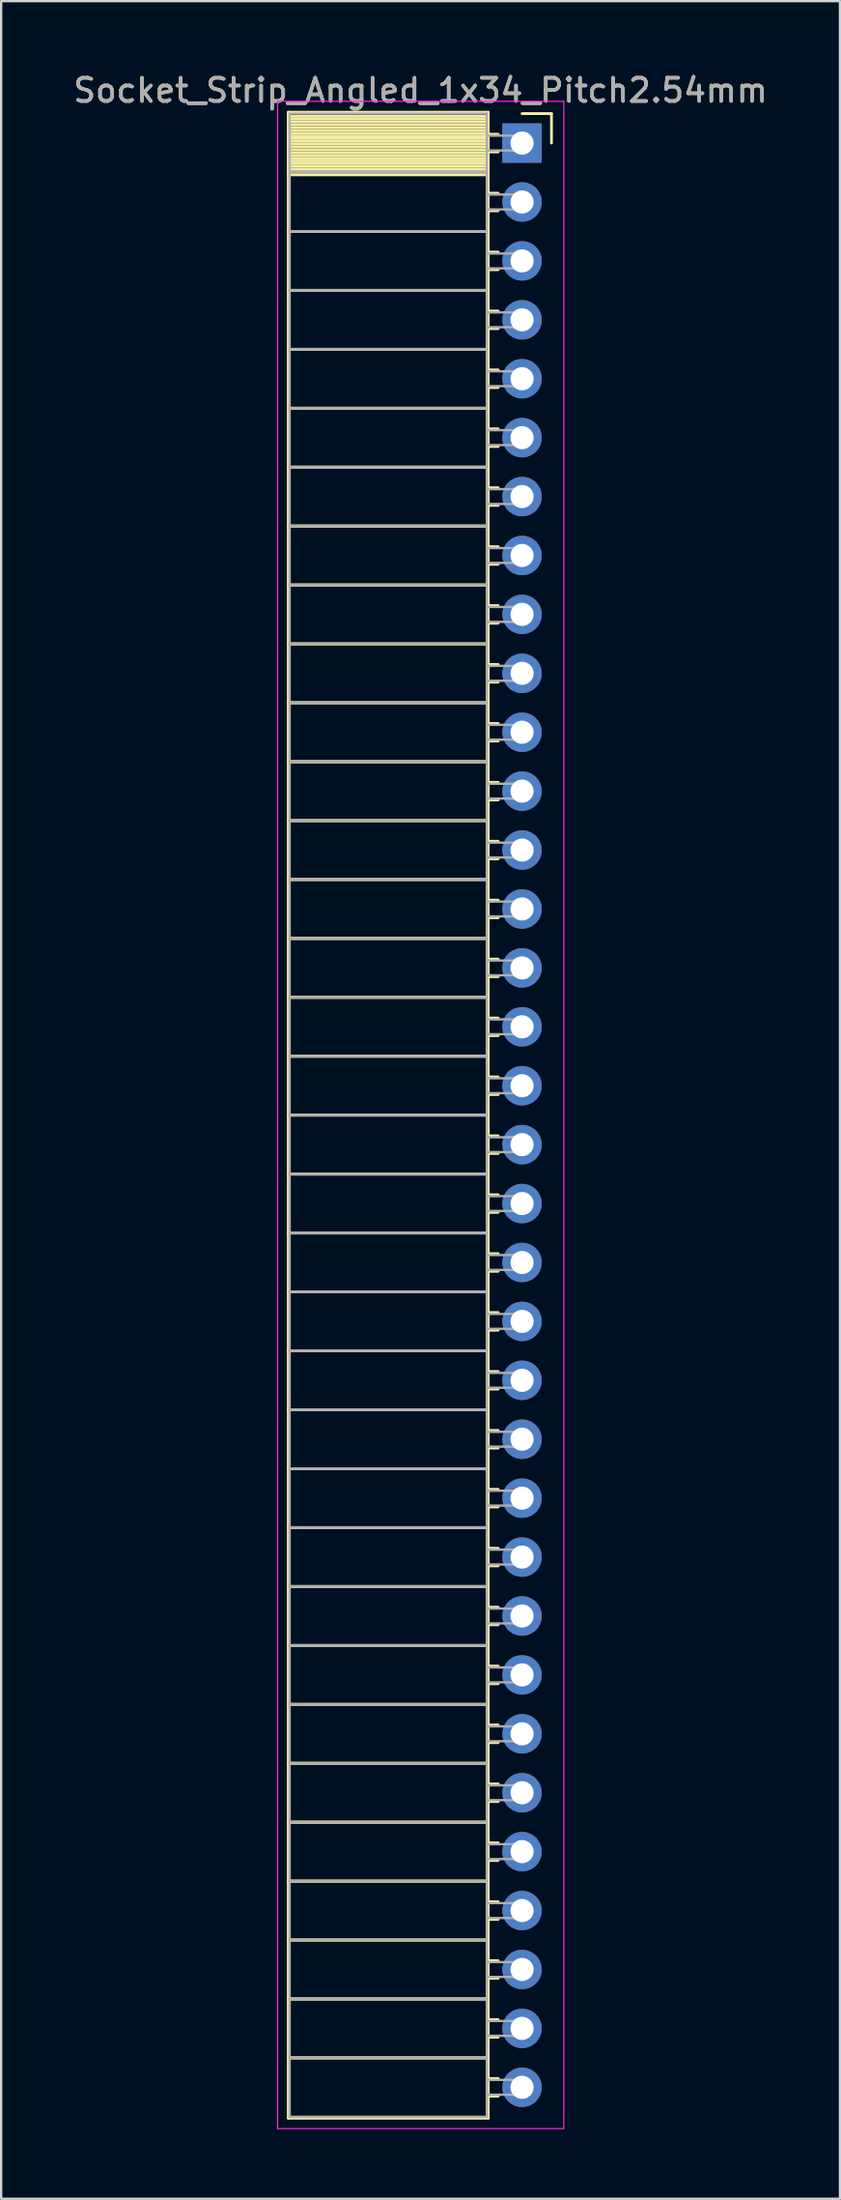
<source format=kicad_pcb>
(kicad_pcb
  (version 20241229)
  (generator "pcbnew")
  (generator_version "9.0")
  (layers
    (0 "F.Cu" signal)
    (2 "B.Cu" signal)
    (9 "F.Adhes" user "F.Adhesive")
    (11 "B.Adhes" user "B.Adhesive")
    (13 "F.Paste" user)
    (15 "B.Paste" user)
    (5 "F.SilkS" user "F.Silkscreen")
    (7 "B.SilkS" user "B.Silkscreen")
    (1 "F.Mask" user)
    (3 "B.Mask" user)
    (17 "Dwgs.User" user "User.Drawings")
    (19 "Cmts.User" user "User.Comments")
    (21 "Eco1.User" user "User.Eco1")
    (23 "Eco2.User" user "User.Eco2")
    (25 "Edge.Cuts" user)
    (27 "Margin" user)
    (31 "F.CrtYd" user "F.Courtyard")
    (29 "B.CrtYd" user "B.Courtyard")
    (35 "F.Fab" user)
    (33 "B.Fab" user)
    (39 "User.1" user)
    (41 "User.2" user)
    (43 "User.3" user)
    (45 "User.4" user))
  (footprint "Socket_Strip_Angled_1x34_Pitch2.54mm"
    (layer "F.Cu")
    (at 19.481 3.118)
    (property "Reference" "Socket_Strip_Angled_1x34_Pitch2.54mm" (at -4.38 -2.27 0) (layer "F.SilkS") (effects (font (size 1 1) (thickness 0.15))))
    (attr through_hole)
    (fp_line (start -10.09 -1.33) (end -1.46 -1.33) (stroke (width 0.12) (type solid)) (layer "F.SilkS"))
    (fp_line (start -10.09 1.27) (end -10.09 -1.33) (stroke (width 0.12) (type solid)) (layer "F.SilkS"))
    (fp_line (start -10.09 1.27) (end -1.46 1.27) (stroke (width 0.12) (type solid)) (layer "F.SilkS"))
    (fp_line (start -10.09 3.81) (end -10.09 1.27) (stroke (width 0.12) (type solid)) (layer "F.SilkS"))
    (fp_line (start -10.09 3.81) (end -1.46 3.81) (stroke (width 0.12) (type solid)) (layer "F.SilkS"))
    (fp_line (start -10.09 6.35) (end -10.09 3.81) (stroke (width 0.12) (type solid)) (layer "F.SilkS"))
    (fp_line (start -10.09 6.35) (end -1.46 6.35) (stroke (width 0.12) (type solid)) (layer "F.SilkS"))
    (fp_line (start -10.09 8.89) (end -10.09 6.35) (stroke (width 0.12) (type solid)) (layer "F.SilkS"))
    (fp_line (start -10.09 8.89) (end -1.46 8.89) (stroke (width 0.12) (type solid)) (layer "F.SilkS"))
    (fp_line (start -10.09 11.43) (end -10.09 8.89) (stroke (width 0.12) (type solid)) (layer "F.SilkS"))
    (fp_line (start -10.09 11.43) (end -1.46 11.43) (stroke (width 0.12) (type solid)) (layer "F.SilkS"))
    (fp_line (start -10.09 13.97) (end -10.09 11.43) (stroke (width 0.12) (type solid)) (layer "F.SilkS"))
    (fp_line (start -10.09 13.97) (end -1.46 13.97) (stroke (width 0.12) (type solid)) (layer "F.SilkS"))
    (fp_line (start -10.09 16.51) (end -10.09 13.97) (stroke (width 0.12) (type solid)) (layer "F.SilkS"))
    (fp_line (start -10.09 16.51) (end -1.46 16.51) (stroke (width 0.12) (type solid)) (layer "F.SilkS"))
    (fp_line (start -10.09 19.05) (end -10.09 16.51) (stroke (width 0.12) (type solid)) (layer "F.SilkS"))
    (fp_line (start -10.09 19.05) (end -1.46 19.05) (stroke (width 0.12) (type solid)) (layer "F.SilkS"))
    (fp_line (start -10.09 21.59) (end -10.09 19.05) (stroke (width 0.12) (type solid)) (layer "F.SilkS"))
    (fp_line (start -10.09 21.59) (end -1.46 21.59) (stroke (width 0.12) (type solid)) (layer "F.SilkS"))
    (fp_line (start -10.09 24.13) (end -10.09 21.59) (stroke (width 0.12) (type solid)) (layer "F.SilkS"))
    (fp_line (start -10.09 24.13) (end -1.46 24.13) (stroke (width 0.12) (type solid)) (layer "F.SilkS"))
    (fp_line (start -10.09 26.67) (end -10.09 24.13) (stroke (width 0.12) (type solid)) (layer "F.SilkS"))
    (fp_line (start -10.09 26.67) (end -1.46 26.67) (stroke (width 0.12) (type solid)) (layer "F.SilkS"))
    (fp_line (start -10.09 29.21) (end -10.09 26.67) (stroke (width 0.12) (type solid)) (layer "F.SilkS"))
    (fp_line (start -10.09 29.21) (end -1.46 29.21) (stroke (width 0.12) (type solid)) (layer "F.SilkS"))
    (fp_line (start -10.09 31.75) (end -10.09 29.21) (stroke (width 0.12) (type solid)) (layer "F.SilkS"))
    (fp_line (start -10.09 31.75) (end -1.46 31.75) (stroke (width 0.12) (type solid)) (layer "F.SilkS"))
    (fp_line (start -10.09 34.29) (end -10.09 31.75) (stroke (width 0.12) (type solid)) (layer "F.SilkS"))
    (fp_line (start -10.09 34.29) (end -1.46 34.29) (stroke (width 0.12) (type solid)) (layer "F.SilkS"))
    (fp_line (start -10.09 36.83) (end -10.09 34.29) (stroke (width 0.12) (type solid)) (layer "F.SilkS"))
    (fp_line (start -10.09 36.83) (end -1.46 36.83) (stroke (width 0.12) (type solid)) (layer "F.SilkS"))
    (fp_line (start -10.09 39.37) (end -10.09 36.83) (stroke (width 0.12) (type solid)) (layer "F.SilkS"))
    (fp_line (start -10.09 39.37) (end -1.46 39.37) (stroke (width 0.12) (type solid)) (layer "F.SilkS"))
    (fp_line (start -10.09 41.91) (end -10.09 39.37) (stroke (width 0.12) (type solid)) (layer "F.SilkS"))
    (fp_line (start -10.09 41.91) (end -1.46 41.91) (stroke (width 0.12) (type solid)) (layer "F.SilkS"))
    (fp_line (start -10.09 44.45) (end -10.09 41.91) (stroke (width 0.12) (type solid)) (layer "F.SilkS"))
    (fp_line (start -10.09 44.45) (end -1.46 44.45) (stroke (width 0.12) (type solid)) (layer "F.SilkS"))
    (fp_line (start -10.09 46.99) (end -10.09 44.45) (stroke (width 0.12) (type solid)) (layer "F.SilkS"))
    (fp_line (start -10.09 46.99) (end -1.46 46.99) (stroke (width 0.12) (type solid)) (layer "F.SilkS"))
    (fp_line (start -10.09 49.53) (end -10.09 46.99) (stroke (width 0.12) (type solid)) (layer "F.SilkS"))
    (fp_line (start -10.09 49.53) (end -1.46 49.53) (stroke (width 0.12) (type solid)) (layer "F.SilkS"))
    (fp_line (start -10.09 52.07) (end -10.09 49.53) (stroke (width 0.12) (type solid)) (layer "F.SilkS"))
    (fp_line (start -10.09 52.07) (end -1.46 52.07) (stroke (width 0.12) (type solid)) (layer "F.SilkS"))
    (fp_line (start -10.09 54.61) (end -10.09 52.07) (stroke (width 0.12) (type solid)) (layer "F.SilkS"))
    (fp_line (start -10.09 54.61) (end -1.46 54.61) (stroke (width 0.12) (type solid)) (layer "F.SilkS"))
    (fp_line (start -10.09 57.15) (end -10.09 54.61) (stroke (width 0.12) (type solid)) (layer "F.SilkS"))
    (fp_line (start -10.09 57.15) (end -1.46 57.15) (stroke (width 0.12) (type solid)) (layer "F.SilkS"))
    (fp_line (start -10.09 59.69) (end -10.09 57.15) (stroke (width 0.12) (type solid)) (layer "F.SilkS"))
    (fp_line (start -10.09 59.69) (end -1.46 59.69) (stroke (width 0.12) (type solid)) (layer "F.SilkS"))
    (fp_line (start -10.09 62.23) (end -10.09 59.69) (stroke (width 0.12) (type solid)) (layer "F.SilkS"))
    (fp_line (start -10.09 62.23) (end -1.46 62.23) (stroke (width 0.12) (type solid)) (layer "F.SilkS"))
    (fp_line (start -10.09 64.77) (end -10.09 62.23) (stroke (width 0.12) (type solid)) (layer "F.SilkS"))
    (fp_line (start -10.09 64.77) (end -1.46 64.77) (stroke (width 0.12) (type solid)) (layer "F.SilkS"))
    (fp_line (start -10.09 67.31) (end -10.09 64.77) (stroke (width 0.12) (type solid)) (layer "F.SilkS"))
    (fp_line (start -10.09 67.31) (end -1.46 67.31) (stroke (width 0.12) (type solid)) (layer "F.SilkS"))
    (fp_line (start -10.09 69.85) (end -10.09 67.31) (stroke (width 0.12) (type solid)) (layer "F.SilkS"))
    (fp_line (start -10.09 69.85) (end -1.46 69.85) (stroke (width 0.12) (type solid)) (layer "F.SilkS"))
    (fp_line (start -10.09 72.39) (end -10.09 69.85) (stroke (width 0.12) (type solid)) (layer "F.SilkS"))
    (fp_line (start -10.09 72.39) (end -1.46 72.39) (stroke (width 0.12) (type solid)) (layer "F.SilkS"))
    (fp_line (start -10.09 74.93) (end -10.09 72.39) (stroke (width 0.12) (type solid)) (layer "F.SilkS"))
    (fp_line (start -10.09 74.93) (end -1.46 74.93) (stroke (width 0.12) (type solid)) (layer "F.SilkS"))
    (fp_line (start -10.09 77.47) (end -10.09 74.93) (stroke (width 0.12) (type solid)) (layer "F.SilkS"))
    (fp_line (start -10.09 77.47) (end -1.46 77.47) (stroke (width 0.12) (type solid)) (layer "F.SilkS"))
    (fp_line (start -10.09 80.01) (end -10.09 77.47) (stroke (width 0.12) (type solid)) (layer "F.SilkS"))
    (fp_line (start -10.09 80.01) (end -1.46 80.01) (stroke (width 0.12) (type solid)) (layer "F.SilkS"))
    (fp_line (start -10.09 82.55) (end -10.09 80.01) (stroke (width 0.12) (type solid)) (layer "F.SilkS"))
    (fp_line (start -10.09 82.55) (end -1.46 82.55) (stroke (width 0.12) (type solid)) (layer "F.SilkS"))
    (fp_line (start -10.09 85.15) (end -10.09 82.55) (stroke (width 0.12) (type solid)) (layer "F.SilkS"))
    (fp_line (start -1.46 -1.33) (end -1.46 1.27) (stroke (width 0.12) (type solid)) (layer "F.SilkS"))
    (fp_line (start -1.46 -1.15) (end -10.09 -1.15) (stroke (width 0.12) (type solid)) (layer "F.SilkS"))
    (fp_line (start -1.46 -1.03) (end -10.09 -1.03) (stroke (width 0.12) (type solid)) (layer "F.SilkS"))
    (fp_line (start -1.46 -0.91) (end -10.09 -0.91) (stroke (width 0.12) (type solid)) (layer "F.SilkS"))
    (fp_line (start -1.46 -0.79) (end -10.09 -0.79) (stroke (width 0.12) (type solid)) (layer "F.SilkS"))
    (fp_line (start -1.46 -0.67) (end -10.09 -0.67) (stroke (width 0.12) (type solid)) (layer "F.SilkS"))
    (fp_line (start -1.46 -0.55) (end -10.09 -0.55) (stroke (width 0.12) (type solid)) (layer "F.SilkS"))
    (fp_line (start -1.46 -0.43) (end -10.09 -0.43) (stroke (width 0.12) (type solid)) (layer "F.SilkS"))
    (fp_line (start -1.46 -0.31) (end -10.09 -0.31) (stroke (width 0.12) (type solid)) (layer "F.SilkS"))
    (fp_line (start -1.46 -0.19) (end -10.09 -0.19) (stroke (width 0.12) (type solid)) (layer "F.SilkS"))
    (fp_line (start -1.46 -0.07) (end -10.09 -0.07) (stroke (width 0.12) (type solid)) (layer "F.SilkS"))
    (fp_line (start -1.46 0.05) (end -10.09 0.05) (stroke (width 0.12) (type solid)) (layer "F.SilkS"))
    (fp_line (start -1.46 0.17) (end -10.09 0.17) (stroke (width 0.12) (type solid)) (layer "F.SilkS"))
    (fp_line (start -1.46 0.29) (end -10.09 0.29) (stroke (width 0.12) (type solid)) (layer "F.SilkS"))
    (fp_line (start -1.46 0.41) (end -10.09 0.41) (stroke (width 0.12) (type solid)) (layer "F.SilkS"))
    (fp_line (start -1.46 0.53) (end -10.09 0.53) (stroke (width 0.12) (type solid)) (layer "F.SilkS"))
    (fp_line (start -1.46 0.65) (end -10.09 0.65) (stroke (width 0.12) (type solid)) (layer "F.SilkS"))
    (fp_line (start -1.46 0.77) (end -10.09 0.77) (stroke (width 0.12) (type solid)) (layer "F.SilkS"))
    (fp_line (start -1.46 0.89) (end -10.09 0.89) (stroke (width 0.12) (type solid)) (layer "F.SilkS"))
    (fp_line (start -1.46 1.01) (end -10.09 1.01) (stroke (width 0.12) (type solid)) (layer "F.SilkS"))
    (fp_line (start -1.46 1.13) (end -10.09 1.13) (stroke (width 0.12) (type solid)) (layer "F.SilkS"))
    (fp_line (start -1.46 1.25) (end -10.09 1.25) (stroke (width 0.12) (type solid)) (layer "F.SilkS"))
    (fp_line (start -1.46 1.27) (end -10.09 1.27) (stroke (width 0.12) (type solid)) (layer "F.SilkS"))
    (fp_line (start -1.46 1.27) (end -1.46 3.81) (stroke (width 0.12) (type solid)) (layer "F.SilkS"))
    (fp_line (start -1.46 1.37) (end -10.09 1.37) (stroke (width 0.12) (type solid)) (layer "F.SilkS"))
    (fp_line (start -1.46 3.81) (end -10.09 3.81) (stroke (width 0.12) (type solid)) (layer "F.SilkS"))
    (fp_line (start -1.46 3.81) (end -1.46 6.35) (stroke (width 0.12) (type solid)) (layer "F.SilkS"))
    (fp_line (start -1.46 6.35) (end -10.09 6.35) (stroke (width 0.12) (type solid)) (layer "F.SilkS"))
    (fp_line (start -1.46 6.35) (end -1.46 8.89) (stroke (width 0.12) (type solid)) (layer "F.SilkS"))
    (fp_line (start -1.46 8.89) (end -10.09 8.89) (stroke (width 0.12) (type solid)) (layer "F.SilkS"))
    (fp_line (start -1.46 8.89) (end -1.46 11.43) (stroke (width 0.12) (type solid)) (layer "F.SilkS"))
    (fp_line (start -1.46 11.43) (end -10.09 11.43) (stroke (width 0.12) (type solid)) (layer "F.SilkS"))
    (fp_line (start -1.46 11.43) (end -1.46 13.97) (stroke (width 0.12) (type solid)) (layer "F.SilkS"))
    (fp_line (start -1.46 13.97) (end -10.09 13.97) (stroke (width 0.12) (type solid)) (layer "F.SilkS"))
    (fp_line (start -1.46 13.97) (end -1.46 16.51) (stroke (width 0.12) (type solid)) (layer "F.SilkS"))
    (fp_line (start -1.46 16.51) (end -10.09 16.51) (stroke (width 0.12) (type solid)) (layer "F.SilkS"))
    (fp_line (start -1.46 16.51) (end -1.46 19.05) (stroke (width 0.12) (type solid)) (layer "F.SilkS"))
    (fp_line (start -1.46 19.05) (end -10.09 19.05) (stroke (width 0.12) (type solid)) (layer "F.SilkS"))
    (fp_line (start -1.46 19.05) (end -1.46 21.59) (stroke (width 0.12) (type solid)) (layer "F.SilkS"))
    (fp_line (start -1.46 21.59) (end -10.09 21.59) (stroke (width 0.12) (type solid)) (layer "F.SilkS"))
    (fp_line (start -1.46 21.59) (end -1.46 24.13) (stroke (width 0.12) (type solid)) (layer "F.SilkS"))
    (fp_line (start -1.46 24.13) (end -10.09 24.13) (stroke (width 0.12) (type solid)) (layer "F.SilkS"))
    (fp_line (start -1.46 24.13) (end -1.46 26.67) (stroke (width 0.12) (type solid)) (layer "F.SilkS"))
    (fp_line (start -1.46 26.67) (end -10.09 26.67) (stroke (width 0.12) (type solid)) (layer "F.SilkS"))
    (fp_line (start -1.46 26.67) (end -1.46 29.21) (stroke (width 0.12) (type solid)) (layer "F.SilkS"))
    (fp_line (start -1.46 29.21) (end -10.09 29.21) (stroke (width 0.12) (type solid)) (layer "F.SilkS"))
    (fp_line (start -1.46 29.21) (end -1.46 31.75) (stroke (width 0.12) (type solid)) (layer "F.SilkS"))
    (fp_line (start -1.46 31.75) (end -10.09 31.75) (stroke (width 0.12) (type solid)) (layer "F.SilkS"))
    (fp_line (start -1.46 31.75) (end -1.46 34.29) (stroke (width 0.12) (type solid)) (layer "F.SilkS"))
    (fp_line (start -1.46 34.29) (end -10.09 34.29) (stroke (width 0.12) (type solid)) (layer "F.SilkS"))
    (fp_line (start -1.46 34.29) (end -1.46 36.83) (stroke (width 0.12) (type solid)) (layer "F.SilkS"))
    (fp_line (start -1.46 36.83) (end -10.09 36.83) (stroke (width 0.12) (type solid)) (layer "F.SilkS"))
    (fp_line (start -1.46 36.83) (end -1.46 39.37) (stroke (width 0.12) (type solid)) (layer "F.SilkS"))
    (fp_line (start -1.46 39.37) (end -10.09 39.37) (stroke (width 0.12) (type solid)) (layer "F.SilkS"))
    (fp_line (start -1.46 39.37) (end -1.46 41.91) (stroke (width 0.12) (type solid)) (layer "F.SilkS"))
    (fp_line (start -1.46 41.91) (end -10.09 41.91) (stroke (width 0.12) (type solid)) (layer "F.SilkS"))
    (fp_line (start -1.46 41.91) (end -1.46 44.45) (stroke (width 0.12) (type solid)) (layer "F.SilkS"))
    (fp_line (start -1.46 44.45) (end -10.09 44.45) (stroke (width 0.12) (type solid)) (layer "F.SilkS"))
    (fp_line (start -1.46 44.45) (end -1.46 46.99) (stroke (width 0.12) (type solid)) (layer "F.SilkS"))
    (fp_line (start -1.46 46.99) (end -10.09 46.99) (stroke (width 0.12) (type solid)) (layer "F.SilkS"))
    (fp_line (start -1.46 46.99) (end -1.46 49.53) (stroke (width 0.12) (type solid)) (layer "F.SilkS"))
    (fp_line (start -1.46 49.53) (end -10.09 49.53) (stroke (width 0.12) (type solid)) (layer "F.SilkS"))
    (fp_line (start -1.46 49.53) (end -1.46 52.07) (stroke (width 0.12) (type solid)) (layer "F.SilkS"))
    (fp_line (start -1.46 52.07) (end -10.09 52.07) (stroke (width 0.12) (type solid)) (layer "F.SilkS"))
    (fp_line (start -1.46 52.07) (end -1.46 54.61) (stroke (width 0.12) (type solid)) (layer "F.SilkS"))
    (fp_line (start -1.46 54.61) (end -10.09 54.61) (stroke (width 0.12) (type solid)) (layer "F.SilkS"))
    (fp_line (start -1.46 54.61) (end -1.46 57.15) (stroke (width 0.12) (type solid)) (layer "F.SilkS"))
    (fp_line (start -1.46 57.15) (end -10.09 57.15) (stroke (width 0.12) (type solid)) (layer "F.SilkS"))
    (fp_line (start -1.46 57.15) (end -1.46 59.69) (stroke (width 0.12) (type solid)) (layer "F.SilkS"))
    (fp_line (start -1.46 59.69) (end -10.09 59.69) (stroke (width 0.12) (type solid)) (layer "F.SilkS"))
    (fp_line (start -1.46 59.69) (end -1.46 62.23) (stroke (width 0.12) (type solid)) (layer "F.SilkS"))
    (fp_line (start -1.46 62.23) (end -10.09 62.23) (stroke (width 0.12) (type solid)) (layer "F.SilkS"))
    (fp_line (start -1.46 62.23) (end -1.46 64.77) (stroke (width 0.12) (type solid)) (layer "F.SilkS"))
    (fp_line (start -1.46 64.77) (end -10.09 64.77) (stroke (width 0.12) (type solid)) (layer "F.SilkS"))
    (fp_line (start -1.46 64.77) (end -1.46 67.31) (stroke (width 0.12) (type solid)) (layer "F.SilkS"))
    (fp_line (start -1.46 67.31) (end -10.09 67.31) (stroke (width 0.12) (type solid)) (layer "F.SilkS"))
    (fp_line (start -1.46 67.31) (end -1.46 69.85) (stroke (width 0.12) (type solid)) (layer "F.SilkS"))
    (fp_line (start -1.46 69.85) (end -10.09 69.85) (stroke (width 0.12) (type solid)) (layer "F.SilkS"))
    (fp_line (start -1.46 69.85) (end -1.46 72.39) (stroke (width 0.12) (type solid)) (layer "F.SilkS"))
    (fp_line (start -1.46 72.39) (end -10.09 72.39) (stroke (width 0.12) (type solid)) (layer "F.SilkS"))
    (fp_line (start -1.46 72.39) (end -1.46 74.93) (stroke (width 0.12) (type solid)) (layer "F.SilkS"))
    (fp_line (start -1.46 74.93) (end -10.09 74.93) (stroke (width 0.12) (type solid)) (layer "F.SilkS"))
    (fp_line (start -1.46 74.93) (end -1.46 77.47) (stroke (width 0.12) (type solid)) (layer "F.SilkS"))
    (fp_line (start -1.46 77.47) (end -10.09 77.47) (stroke (width 0.12) (type solid)) (layer "F.SilkS"))
    (fp_line (start -1.46 77.47) (end -1.46 80.01) (stroke (width 0.12) (type solid)) (layer "F.SilkS"))
    (fp_line (start -1.46 80.01) (end -10.09 80.01) (stroke (width 0.12) (type solid)) (layer "F.SilkS"))
    (fp_line (start -1.46 80.01) (end -1.46 82.55) (stroke (width 0.12) (type solid)) (layer "F.SilkS"))
    (fp_line (start -1.46 82.55) (end -10.09 82.55) (stroke (width 0.12) (type solid)) (layer "F.SilkS"))
    (fp_line (start -1.46 82.55) (end -1.46 85.15) (stroke (width 0.12) (type solid)) (layer "F.SilkS"))
    (fp_line (start -1.46 85.15) (end -10.09 85.15) (stroke (width 0.12) (type solid)) (layer "F.SilkS"))
    (fp_line (start -1.03 -0.38) (end -1.46 -0.38) (stroke (width 0.12) (type solid)) (layer "F.SilkS"))
    (fp_line (start -1.03 0.38) (end -1.46 0.38) (stroke (width 0.12) (type solid)) (layer "F.SilkS"))
    (fp_line (start -1.03 2.16) (end -1.46 2.16) (stroke (width 0.12) (type solid)) (layer "F.SilkS"))
    (fp_line (start -1.03 2.92) (end -1.46 2.92) (stroke (width 0.12) (type solid)) (layer "F.SilkS"))
    (fp_line (start -1.03 4.7) (end -1.46 4.7) (stroke (width 0.12) (type solid)) (layer "F.SilkS"))
    (fp_line (start -1.03 5.46) (end -1.46 5.46) (stroke (width 0.12) (type solid)) (layer "F.SilkS"))
    (fp_line (start -1.03 7.24) (end -1.46 7.24) (stroke (width 0.12) (type solid)) (layer "F.SilkS"))
    (fp_line (start -1.03 8) (end -1.46 8) (stroke (width 0.12) (type solid)) (layer "F.SilkS"))
    (fp_line (start -1.03 9.78) (end -1.46 9.78) (stroke (width 0.12) (type solid)) (layer "F.SilkS"))
    (fp_line (start -1.03 10.54) (end -1.46 10.54) (stroke (width 0.12) (type solid)) (layer "F.SilkS"))
    (fp_line (start -1.03 12.32) (end -1.46 12.32) (stroke (width 0.12) (type solid)) (layer "F.SilkS"))
    (fp_line (start -1.03 13.08) (end -1.46 13.08) (stroke (width 0.12) (type solid)) (layer "F.SilkS"))
    (fp_line (start -1.03 14.86) (end -1.46 14.86) (stroke (width 0.12) (type solid)) (layer "F.SilkS"))
    (fp_line (start -1.03 15.62) (end -1.46 15.62) (stroke (width 0.12) (type solid)) (layer "F.SilkS"))
    (fp_line (start -1.03 17.4) (end -1.46 17.4) (stroke (width 0.12) (type solid)) (layer "F.SilkS"))
    (fp_line (start -1.03 18.16) (end -1.46 18.16) (stroke (width 0.12) (type solid)) (layer "F.SilkS"))
    (fp_line (start -1.03 19.94) (end -1.46 19.94) (stroke (width 0.12) (type solid)) (layer "F.SilkS"))
    (fp_line (start -1.03 20.7) (end -1.46 20.7) (stroke (width 0.12) (type solid)) (layer "F.SilkS"))
    (fp_line (start -1.03 22.48) (end -1.46 22.48) (stroke (width 0.12) (type solid)) (layer "F.SilkS"))
    (fp_line (start -1.03 23.24) (end -1.46 23.24) (stroke (width 0.12) (type solid)) (layer "F.SilkS"))
    (fp_line (start -1.03 25.02) (end -1.46 25.02) (stroke (width 0.12) (type solid)) (layer "F.SilkS"))
    (fp_line (start -1.03 25.78) (end -1.46 25.78) (stroke (width 0.12) (type solid)) (layer "F.SilkS"))
    (fp_line (start -1.03 27.56) (end -1.46 27.56) (stroke (width 0.12) (type solid)) (layer "F.SilkS"))
    (fp_line (start -1.03 28.32) (end -1.46 28.32) (stroke (width 0.12) (type solid)) (layer "F.SilkS"))
    (fp_line (start -1.03 30.1) (end -1.46 30.1) (stroke (width 0.12) (type solid)) (layer "F.SilkS"))
    (fp_line (start -1.03 30.86) (end -1.46 30.86) (stroke (width 0.12) (type solid)) (layer "F.SilkS"))
    (fp_line (start -1.03 32.64) (end -1.46 32.64) (stroke (width 0.12) (type solid)) (layer "F.SilkS"))
    (fp_line (start -1.03 33.4) (end -1.46 33.4) (stroke (width 0.12) (type solid)) (layer "F.SilkS"))
    (fp_line (start -1.03 35.18) (end -1.46 35.18) (stroke (width 0.12) (type solid)) (layer "F.SilkS"))
    (fp_line (start -1.03 35.94) (end -1.46 35.94) (stroke (width 0.12) (type solid)) (layer "F.SilkS"))
    (fp_line (start -1.03 37.72) (end -1.46 37.72) (stroke (width 0.12) (type solid)) (layer "F.SilkS"))
    (fp_line (start -1.03 38.48) (end -1.46 38.48) (stroke (width 0.12) (type solid)) (layer "F.SilkS"))
    (fp_line (start -1.03 40.26) (end -1.46 40.26) (stroke (width 0.12) (type solid)) (layer "F.SilkS"))
    (fp_line (start -1.03 41.02) (end -1.46 41.02) (stroke (width 0.12) (type solid)) (layer "F.SilkS"))
    (fp_line (start -1.03 42.8) (end -1.46 42.8) (stroke (width 0.12) (type solid)) (layer "F.SilkS"))
    (fp_line (start -1.03 43.56) (end -1.46 43.56) (stroke (width 0.12) (type solid)) (layer "F.SilkS"))
    (fp_line (start -1.03 45.34) (end -1.46 45.34) (stroke (width 0.12) (type solid)) (layer "F.SilkS"))
    (fp_line (start -1.03 46.1) (end -1.46 46.1) (stroke (width 0.12) (type solid)) (layer "F.SilkS"))
    (fp_line (start -1.03 47.88) (end -1.46 47.88) (stroke (width 0.12) (type solid)) (layer "F.SilkS"))
    (fp_line (start -1.03 48.64) (end -1.46 48.64) (stroke (width 0.12) (type solid)) (layer "F.SilkS"))
    (fp_line (start -1.03 50.42) (end -1.46 50.42) (stroke (width 0.12) (type solid)) (layer "F.SilkS"))
    (fp_line (start -1.03 51.18) (end -1.46 51.18) (stroke (width 0.12) (type solid)) (layer "F.SilkS"))
    (fp_line (start -1.03 52.96) (end -1.46 52.96) (stroke (width 0.12) (type solid)) (layer "F.SilkS"))
    (fp_line (start -1.03 53.72) (end -1.46 53.72) (stroke (width 0.12) (type solid)) (layer "F.SilkS"))
    (fp_line (start -1.03 55.5) (end -1.46 55.5) (stroke (width 0.12) (type solid)) (layer "F.SilkS"))
    (fp_line (start -1.03 56.26) (end -1.46 56.26) (stroke (width 0.12) (type solid)) (layer "F.SilkS"))
    (fp_line (start -1.03 58.04) (end -1.46 58.04) (stroke (width 0.12) (type solid)) (layer "F.SilkS"))
    (fp_line (start -1.03 58.8) (end -1.46 58.8) (stroke (width 0.12) (type solid)) (layer "F.SilkS"))
    (fp_line (start -1.03 60.58) (end -1.46 60.58) (stroke (width 0.12) (type solid)) (layer "F.SilkS"))
    (fp_line (start -1.03 61.34) (end -1.46 61.34) (stroke (width 0.12) (type solid)) (layer "F.SilkS"))
    (fp_line (start -1.03 63.12) (end -1.46 63.12) (stroke (width 0.12) (type solid)) (layer "F.SilkS"))
    (fp_line (start -1.03 63.88) (end -1.46 63.88) (stroke (width 0.12) (type solid)) (layer "F.SilkS"))
    (fp_line (start -1.03 65.66) (end -1.46 65.66) (stroke (width 0.12) (type solid)) (layer "F.SilkS"))
    (fp_line (start -1.03 66.42) (end -1.46 66.42) (stroke (width 0.12) (type solid)) (layer "F.SilkS"))
    (fp_line (start -1.03 68.2) (end -1.46 68.2) (stroke (width 0.12) (type solid)) (layer "F.SilkS"))
    (fp_line (start -1.03 68.96) (end -1.46 68.96) (stroke (width 0.12) (type solid)) (layer "F.SilkS"))
    (fp_line (start -1.03 70.74) (end -1.46 70.74) (stroke (width 0.12) (type solid)) (layer "F.SilkS"))
    (fp_line (start -1.03 71.5) (end -1.46 71.5) (stroke (width 0.12) (type solid)) (layer "F.SilkS"))
    (fp_line (start -1.03 73.28) (end -1.46 73.28) (stroke (width 0.12) (type solid)) (layer "F.SilkS"))
    (fp_line (start -1.03 74.04) (end -1.46 74.04) (stroke (width 0.12) (type solid)) (layer "F.SilkS"))
    (fp_line (start -1.03 75.82) (end -1.46 75.82) (stroke (width 0.12) (type solid)) (layer "F.SilkS"))
    (fp_line (start -1.03 76.58) (end -1.46 76.58) (stroke (width 0.12) (type solid)) (layer "F.SilkS"))
    (fp_line (start -1.03 78.36) (end -1.46 78.36) (stroke (width 0.12) (type solid)) (layer "F.SilkS"))
    (fp_line (start -1.03 79.12) (end -1.46 79.12) (stroke (width 0.12) (type solid)) (layer "F.SilkS"))
    (fp_line (start -1.03 80.9) (end -1.46 80.9) (stroke (width 0.12) (type solid)) (layer "F.SilkS"))
    (fp_line (start -1.03 81.66) (end -1.46 81.66) (stroke (width 0.12) (type solid)) (layer "F.SilkS"))
    (fp_line (start -1.03 83.44) (end -1.46 83.44) (stroke (width 0.12) (type solid)) (layer "F.SilkS"))
    (fp_line (start -1.03 84.2) (end -1.46 84.2) (stroke (width 0.12) (type solid)) (layer "F.SilkS"))
    (fp_line (start 0 -1.27) (end 1.27 -1.27) (stroke (width 0.12) (type solid)) (layer "F.SilkS"))
    (fp_line (start 1.27 -1.27) (end 1.27 0) (stroke (width 0.12) (type solid)) (layer "F.SilkS"))
    (fp_line (start -10.55 -1.8) (end 1.8 -1.8) (stroke (width 0.05) (type solid)) (layer "F.CrtYd"))
    (fp_line (start -10.55 85.6) (end -10.55 -1.8) (stroke (width 0.05) (type solid)) (layer "F.CrtYd"))
    (fp_line (start 1.8 -1.8) (end 1.8 85.6) (stroke (width 0.05) (type solid)) (layer "F.CrtYd"))
    (fp_line (start 1.8 85.6) (end -10.55 85.6) (stroke (width 0.05) (type solid)) (layer "F.CrtYd"))
    (fp_line (start -10.03 -1.27) (end -1.52 -1.27) (stroke (width 0.1) (type solid)) (layer "F.Fab"))
    (fp_line (start -10.03 1.27) (end -10.03 -1.27) (stroke (width 0.1) (type solid)) (layer "F.Fab"))
    (fp_line (start -10.03 1.27) (end -1.52 1.27) (stroke (width 0.1) (type solid)) (layer "F.Fab"))
    (fp_line (start -10.03 3.81) (end -10.03 1.27) (stroke (width 0.1) (type solid)) (layer "F.Fab"))
    (fp_line (start -10.03 3.81) (end -1.52 3.81) (stroke (width 0.1) (type solid)) (layer "F.Fab"))
    (fp_line (start -10.03 6.35) (end -10.03 3.81) (stroke (width 0.1) (type solid)) (layer "F.Fab"))
    (fp_line (start -10.03 6.35) (end -1.52 6.35) (stroke (width 0.1) (type solid)) (layer "F.Fab"))
    (fp_line (start -10.03 8.89) (end -10.03 6.35) (stroke (width 0.1) (type solid)) (layer "F.Fab"))
    (fp_line (start -10.03 8.89) (end -1.52 8.89) (stroke (width 0.1) (type solid)) (layer "F.Fab"))
    (fp_line (start -10.03 11.43) (end -10.03 8.89) (stroke (width 0.1) (type solid)) (layer "F.Fab"))
    (fp_line (start -10.03 11.43) (end -1.52 11.43) (stroke (width 0.1) (type solid)) (layer "F.Fab"))
    (fp_line (start -10.03 13.97) (end -10.03 11.43) (stroke (width 0.1) (type solid)) (layer "F.Fab"))
    (fp_line (start -10.03 13.97) (end -1.52 13.97) (stroke (width 0.1) (type solid)) (layer "F.Fab"))
    (fp_line (start -10.03 16.51) (end -10.03 13.97) (stroke (width 0.1) (type solid)) (layer "F.Fab"))
    (fp_line (start -10.03 16.51) (end -1.52 16.51) (stroke (width 0.1) (type solid)) (layer "F.Fab"))
    (fp_line (start -10.03 19.05) (end -10.03 16.51) (stroke (width 0.1) (type solid)) (layer "F.Fab"))
    (fp_line (start -10.03 19.05) (end -1.52 19.05) (stroke (width 0.1) (type solid)) (layer "F.Fab"))
    (fp_line (start -10.03 21.59) (end -10.03 19.05) (stroke (width 0.1) (type solid)) (layer "F.Fab"))
    (fp_line (start -10.03 21.59) (end -1.52 21.59) (stroke (width 0.1) (type solid)) (layer "F.Fab"))
    (fp_line (start -10.03 24.13) (end -10.03 21.59) (stroke (width 0.1) (type solid)) (layer "F.Fab"))
    (fp_line (start -10.03 24.13) (end -1.52 24.13) (stroke (width 0.1) (type solid)) (layer "F.Fab"))
    (fp_line (start -10.03 26.67) (end -10.03 24.13) (stroke (width 0.1) (type solid)) (layer "F.Fab"))
    (fp_line (start -10.03 26.67) (end -1.52 26.67) (stroke (width 0.1) (type solid)) (layer "F.Fab"))
    (fp_line (start -10.03 29.21) (end -10.03 26.67) (stroke (width 0.1) (type solid)) (layer "F.Fab"))
    (fp_line (start -10.03 29.21) (end -1.52 29.21) (stroke (width 0.1) (type solid)) (layer "F.Fab"))
    (fp_line (start -10.03 31.75) (end -10.03 29.21) (stroke (width 0.1) (type solid)) (layer "F.Fab"))
    (fp_line (start -10.03 31.75) (end -1.52 31.75) (stroke (width 0.1) (type solid)) (layer "F.Fab"))
    (fp_line (start -10.03 34.29) (end -10.03 31.75) (stroke (width 0.1) (type solid)) (layer "F.Fab"))
    (fp_line (start -10.03 34.29) (end -1.52 34.29) (stroke (width 0.1) (type solid)) (layer "F.Fab"))
    (fp_line (start -10.03 36.83) (end -10.03 34.29) (stroke (width 0.1) (type solid)) (layer "F.Fab"))
    (fp_line (start -10.03 36.83) (end -1.52 36.83) (stroke (width 0.1) (type solid)) (layer "F.Fab"))
    (fp_line (start -10.03 39.37) (end -10.03 36.83) (stroke (width 0.1) (type solid)) (layer "F.Fab"))
    (fp_line (start -10.03 39.37) (end -1.52 39.37) (stroke (width 0.1) (type solid)) (layer "F.Fab"))
    (fp_line (start -10.03 41.91) (end -10.03 39.37) (stroke (width 0.1) (type solid)) (layer "F.Fab"))
    (fp_line (start -10.03 41.91) (end -1.52 41.91) (stroke (width 0.1) (type solid)) (layer "F.Fab"))
    (fp_line (start -10.03 44.45) (end -10.03 41.91) (stroke (width 0.1) (type solid)) (layer "F.Fab"))
    (fp_line (start -10.03 44.45) (end -1.52 44.45) (stroke (width 0.1) (type solid)) (layer "F.Fab"))
    (fp_line (start -10.03 46.99) (end -10.03 44.45) (stroke (width 0.1) (type solid)) (layer "F.Fab"))
    (fp_line (start -10.03 46.99) (end -1.52 46.99) (stroke (width 0.1) (type solid)) (layer "F.Fab"))
    (fp_line (start -10.03 49.53) (end -10.03 46.99) (stroke (width 0.1) (type solid)) (layer "F.Fab"))
    (fp_line (start -10.03 49.53) (end -1.52 49.53) (stroke (width 0.1) (type solid)) (layer "F.Fab"))
    (fp_line (start -10.03 52.07) (end -10.03 49.53) (stroke (width 0.1) (type solid)) (layer "F.Fab"))
    (fp_line (start -10.03 52.07) (end -1.52 52.07) (stroke (width 0.1) (type solid)) (layer "F.Fab"))
    (fp_line (start -10.03 54.61) (end -10.03 52.07) (stroke (width 0.1) (type solid)) (layer "F.Fab"))
    (fp_line (start -10.03 54.61) (end -1.52 54.61) (stroke (width 0.1) (type solid)) (layer "F.Fab"))
    (fp_line (start -10.03 57.15) (end -10.03 54.61) (stroke (width 0.1) (type solid)) (layer "F.Fab"))
    (fp_line (start -10.03 57.15) (end -1.52 57.15) (stroke (width 0.1) (type solid)) (layer "F.Fab"))
    (fp_line (start -10.03 59.69) (end -10.03 57.15) (stroke (width 0.1) (type solid)) (layer "F.Fab"))
    (fp_line (start -10.03 59.69) (end -1.52 59.69) (stroke (width 0.1) (type solid)) (layer "F.Fab"))
    (fp_line (start -10.03 62.23) (end -10.03 59.69) (stroke (width 0.1) (type solid)) (layer "F.Fab"))
    (fp_line (start -10.03 62.23) (end -1.52 62.23) (stroke (width 0.1) (type solid)) (layer "F.Fab"))
    (fp_line (start -10.03 64.77) (end -10.03 62.23) (stroke (width 0.1) (type solid)) (layer "F.Fab"))
    (fp_line (start -10.03 64.77) (end -1.52 64.77) (stroke (width 0.1) (type solid)) (layer "F.Fab"))
    (fp_line (start -10.03 67.31) (end -10.03 64.77) (stroke (width 0.1) (type solid)) (layer "F.Fab"))
    (fp_line (start -10.03 67.31) (end -1.52 67.31) (stroke (width 0.1) (type solid)) (layer "F.Fab"))
    (fp_line (start -10.03 69.85) (end -10.03 67.31) (stroke (width 0.1) (type solid)) (layer "F.Fab"))
    (fp_line (start -10.03 69.85) (end -1.52 69.85) (stroke (width 0.1) (type solid)) (layer "F.Fab"))
    (fp_line (start -10.03 72.39) (end -10.03 69.85) (stroke (width 0.1) (type solid)) (layer "F.Fab"))
    (fp_line (start -10.03 72.39) (end -1.52 72.39) (stroke (width 0.1) (type solid)) (layer "F.Fab"))
    (fp_line (start -10.03 74.93) (end -10.03 72.39) (stroke (width 0.1) (type solid)) (layer "F.Fab"))
    (fp_line (start -10.03 74.93) (end -1.52 74.93) (stroke (width 0.1) (type solid)) (layer "F.Fab"))
    (fp_line (start -10.03 77.47) (end -10.03 74.93) (stroke (width 0.1) (type solid)) (layer "F.Fab"))
    (fp_line (start -10.03 77.47) (end -1.52 77.47) (stroke (width 0.1) (type solid)) (layer "F.Fab"))
    (fp_line (start -10.03 80.01) (end -10.03 77.47) (stroke (width 0.1) (type solid)) (layer "F.Fab"))
    (fp_line (start -10.03 80.01) (end -1.52 80.01) (stroke (width 0.1) (type solid)) (layer "F.Fab"))
    (fp_line (start -10.03 82.55) (end -10.03 80.01) (stroke (width 0.1) (type solid)) (layer "F.Fab"))
    (fp_line (start -10.03 82.55) (end -1.52 82.55) (stroke (width 0.1) (type solid)) (layer "F.Fab"))
    (fp_line (start -10.03 85.09) (end -10.03 82.55) (stroke (width 0.1) (type solid)) (layer "F.Fab"))
    (fp_line (start -1.52 -1.27) (end -1.52 1.27) (stroke (width 0.1) (type solid)) (layer "F.Fab"))
    (fp_line (start -1.52 -0.32) (end 0 -0.32) (stroke (width 0.1) (type solid)) (layer "F.Fab"))
    (fp_line (start -1.52 0.32) (end -1.52 -0.32) (stroke (width 0.1) (type solid)) (layer "F.Fab"))
    (fp_line (start -1.52 1.27) (end -10.03 1.27) (stroke (width 0.1) (type solid)) (layer "F.Fab"))
    (fp_line (start -1.52 1.27) (end -1.52 3.81) (stroke (width 0.1) (type solid)) (layer "F.Fab"))
    (fp_line (start -1.52 2.22) (end 0 2.22) (stroke (width 0.1) (type solid)) (layer "F.Fab"))
    (fp_line (start -1.52 2.86) (end -1.52 2.22) (stroke (width 0.1) (type solid)) (layer "F.Fab"))
    (fp_line (start -1.52 3.81) (end -10.03 3.81) (stroke (width 0.1) (type solid)) (layer "F.Fab"))
    (fp_line (start -1.52 3.81) (end -1.52 6.35) (stroke (width 0.1) (type solid)) (layer "F.Fab"))
    (fp_line (start -1.52 4.76) (end 0 4.76) (stroke (width 0.1) (type solid)) (layer "F.Fab"))
    (fp_line (start -1.52 5.4) (end -1.52 4.76) (stroke (width 0.1) (type solid)) (layer "F.Fab"))
    (fp_line (start -1.52 6.35) (end -10.03 6.35) (stroke (width 0.1) (type solid)) (layer "F.Fab"))
    (fp_line (start -1.52 6.35) (end -1.52 8.89) (stroke (width 0.1) (type solid)) (layer "F.Fab"))
    (fp_line (start -1.52 7.3) (end 0 7.3) (stroke (width 0.1) (type solid)) (layer "F.Fab"))
    (fp_line (start -1.52 7.94) (end -1.52 7.3) (stroke (width 0.1) (type solid)) (layer "F.Fab"))
    (fp_line (start -1.52 8.89) (end -10.03 8.89) (stroke (width 0.1) (type solid)) (layer "F.Fab"))
    (fp_line (start -1.52 8.89) (end -1.52 11.43) (stroke (width 0.1) (type solid)) (layer "F.Fab"))
    (fp_line (start -1.52 9.84) (end 0 9.84) (stroke (width 0.1) (type solid)) (layer "F.Fab"))
    (fp_line (start -1.52 10.48) (end -1.52 9.84) (stroke (width 0.1) (type solid)) (layer "F.Fab"))
    (fp_line (start -1.52 11.43) (end -10.03 11.43) (stroke (width 0.1) (type solid)) (layer "F.Fab"))
    (fp_line (start -1.52 11.43) (end -1.52 13.97) (stroke (width 0.1) (type solid)) (layer "F.Fab"))
    (fp_line (start -1.52 12.38) (end 0 12.38) (stroke (width 0.1) (type solid)) (layer "F.Fab"))
    (fp_line (start -1.52 13.02) (end -1.52 12.38) (stroke (width 0.1) (type solid)) (layer "F.Fab"))
    (fp_line (start -1.52 13.97) (end -10.03 13.97) (stroke (width 0.1) (type solid)) (layer "F.Fab"))
    (fp_line (start -1.52 13.97) (end -1.52 16.51) (stroke (width 0.1) (type solid)) (layer "F.Fab"))
    (fp_line (start -1.52 14.92) (end 0 14.92) (stroke (width 0.1) (type solid)) (layer "F.Fab"))
    (fp_line (start -1.52 15.56) (end -1.52 14.92) (stroke (width 0.1) (type solid)) (layer "F.Fab"))
    (fp_line (start -1.52 16.51) (end -10.03 16.51) (stroke (width 0.1) (type solid)) (layer "F.Fab"))
    (fp_line (start -1.52 16.51) (end -1.52 19.05) (stroke (width 0.1) (type solid)) (layer "F.Fab"))
    (fp_line (start -1.52 17.46) (end 0 17.46) (stroke (width 0.1) (type solid)) (layer "F.Fab"))
    (fp_line (start -1.52 18.1) (end -1.52 17.46) (stroke (width 0.1) (type solid)) (layer "F.Fab"))
    (fp_line (start -1.52 19.05) (end -10.03 19.05) (stroke (width 0.1) (type solid)) (layer "F.Fab"))
    (fp_line (start -1.52 19.05) (end -1.52 21.59) (stroke (width 0.1) (type solid)) (layer "F.Fab"))
    (fp_line (start -1.52 20) (end 0 20) (stroke (width 0.1) (type solid)) (layer "F.Fab"))
    (fp_line (start -1.52 20.64) (end -1.52 20) (stroke (width 0.1) (type solid)) (layer "F.Fab"))
    (fp_line (start -1.52 21.59) (end -10.03 21.59) (stroke (width 0.1) (type solid)) (layer "F.Fab"))
    (fp_line (start -1.52 21.59) (end -1.52 24.13) (stroke (width 0.1) (type solid)) (layer "F.Fab"))
    (fp_line (start -1.52 22.54) (end 0 22.54) (stroke (width 0.1) (type solid)) (layer "F.Fab"))
    (fp_line (start -1.52 23.18) (end -1.52 22.54) (stroke (width 0.1) (type solid)) (layer "F.Fab"))
    (fp_line (start -1.52 24.13) (end -10.03 24.13) (stroke (width 0.1) (type solid)) (layer "F.Fab"))
    (fp_line (start -1.52 24.13) (end -1.52 26.67) (stroke (width 0.1) (type solid)) (layer "F.Fab"))
    (fp_line (start -1.52 25.08) (end 0 25.08) (stroke (width 0.1) (type solid)) (layer "F.Fab"))
    (fp_line (start -1.52 25.72) (end -1.52 25.08) (stroke (width 0.1) (type solid)) (layer "F.Fab"))
    (fp_line (start -1.52 26.67) (end -10.03 26.67) (stroke (width 0.1) (type solid)) (layer "F.Fab"))
    (fp_line (start -1.52 26.67) (end -1.52 29.21) (stroke (width 0.1) (type solid)) (layer "F.Fab"))
    (fp_line (start -1.52 27.62) (end 0 27.62) (stroke (width 0.1) (type solid)) (layer "F.Fab"))
    (fp_line (start -1.52 28.26) (end -1.52 27.62) (stroke (width 0.1) (type solid)) (layer "F.Fab"))
    (fp_line (start -1.52 29.21) (end -10.03 29.21) (stroke (width 0.1) (type solid)) (layer "F.Fab"))
    (fp_line (start -1.52 29.21) (end -1.52 31.75) (stroke (width 0.1) (type solid)) (layer "F.Fab"))
    (fp_line (start -1.52 30.16) (end 0 30.16) (stroke (width 0.1) (type solid)) (layer "F.Fab"))
    (fp_line (start -1.52 30.8) (end -1.52 30.16) (stroke (width 0.1) (type solid)) (layer "F.Fab"))
    (fp_line (start -1.52 31.75) (end -10.03 31.75) (stroke (width 0.1) (type solid)) (layer "F.Fab"))
    (fp_line (start -1.52 31.75) (end -1.52 34.29) (stroke (width 0.1) (type solid)) (layer "F.Fab"))
    (fp_line (start -1.52 32.7) (end 0 32.7) (stroke (width 0.1) (type solid)) (layer "F.Fab"))
    (fp_line (start -1.52 33.34) (end -1.52 32.7) (stroke (width 0.1) (type solid)) (layer "F.Fab"))
    (fp_line (start -1.52 34.29) (end -10.03 34.29) (stroke (width 0.1) (type solid)) (layer "F.Fab"))
    (fp_line (start -1.52 34.29) (end -1.52 36.83) (stroke (width 0.1) (type solid)) (layer "F.Fab"))
    (fp_line (start -1.52 35.24) (end 0 35.24) (stroke (width 0.1) (type solid)) (layer "F.Fab"))
    (fp_line (start -1.52 35.88) (end -1.52 35.24) (stroke (width 0.1) (type solid)) (layer "F.Fab"))
    (fp_line (start -1.52 36.83) (end -10.03 36.83) (stroke (width 0.1) (type solid)) (layer "F.Fab"))
    (fp_line (start -1.52 36.83) (end -1.52 39.37) (stroke (width 0.1) (type solid)) (layer "F.Fab"))
    (fp_line (start -1.52 37.78) (end 0 37.78) (stroke (width 0.1) (type solid)) (layer "F.Fab"))
    (fp_line (start -1.52 38.42) (end -1.52 37.78) (stroke (width 0.1) (type solid)) (layer "F.Fab"))
    (fp_line (start -1.52 39.37) (end -10.03 39.37) (stroke (width 0.1) (type solid)) (layer "F.Fab"))
    (fp_line (start -1.52 39.37) (end -1.52 41.91) (stroke (width 0.1) (type solid)) (layer "F.Fab"))
    (fp_line (start -1.52 40.32) (end 0 40.32) (stroke (width 0.1) (type solid)) (layer "F.Fab"))
    (fp_line (start -1.52 40.96) (end -1.52 40.32) (stroke (width 0.1) (type solid)) (layer "F.Fab"))
    (fp_line (start -1.52 41.91) (end -10.03 41.91) (stroke (width 0.1) (type solid)) (layer "F.Fab"))
    (fp_line (start -1.52 41.91) (end -1.52 44.45) (stroke (width 0.1) (type solid)) (layer "F.Fab"))
    (fp_line (start -1.52 42.86) (end 0 42.86) (stroke (width 0.1) (type solid)) (layer "F.Fab"))
    (fp_line (start -1.52 43.5) (end -1.52 42.86) (stroke (width 0.1) (type solid)) (layer "F.Fab"))
    (fp_line (start -1.52 44.45) (end -10.03 44.45) (stroke (width 0.1) (type solid)) (layer "F.Fab"))
    (fp_line (start -1.52 44.45) (end -1.52 46.99) (stroke (width 0.1) (type solid)) (layer "F.Fab"))
    (fp_line (start -1.52 45.4) (end 0 45.4) (stroke (width 0.1) (type solid)) (layer "F.Fab"))
    (fp_line (start -1.52 46.04) (end -1.52 45.4) (stroke (width 0.1) (type solid)) (layer "F.Fab"))
    (fp_line (start -1.52 46.99) (end -10.03 46.99) (stroke (width 0.1) (type solid)) (layer "F.Fab"))
    (fp_line (start -1.52 46.99) (end -1.52 49.53) (stroke (width 0.1) (type solid)) (layer "F.Fab"))
    (fp_line (start -1.52 47.94) (end 0 47.94) (stroke (width 0.1) (type solid)) (layer "F.Fab"))
    (fp_line (start -1.52 48.58) (end -1.52 47.94) (stroke (width 0.1) (type solid)) (layer "F.Fab"))
    (fp_line (start -1.52 49.53) (end -10.03 49.53) (stroke (width 0.1) (type solid)) (layer "F.Fab"))
    (fp_line (start -1.52 49.53) (end -1.52 52.07) (stroke (width 0.1) (type solid)) (layer "F.Fab"))
    (fp_line (start -1.52 50.48) (end 0 50.48) (stroke (width 0.1) (type solid)) (layer "F.Fab"))
    (fp_line (start -1.52 51.12) (end -1.52 50.48) (stroke (width 0.1) (type solid)) (layer "F.Fab"))
    (fp_line (start -1.52 52.07) (end -10.03 52.07) (stroke (width 0.1) (type solid)) (layer "F.Fab"))
    (fp_line (start -1.52 52.07) (end -1.52 54.61) (stroke (width 0.1) (type solid)) (layer "F.Fab"))
    (fp_line (start -1.52 53.02) (end 0 53.02) (stroke (width 0.1) (type solid)) (layer "F.Fab"))
    (fp_line (start -1.52 53.66) (end -1.52 53.02) (stroke (width 0.1) (type solid)) (layer "F.Fab"))
    (fp_line (start -1.52 54.61) (end -10.03 54.61) (stroke (width 0.1) (type solid)) (layer "F.Fab"))
    (fp_line (start -1.52 54.61) (end -1.52 57.15) (stroke (width 0.1) (type solid)) (layer "F.Fab"))
    (fp_line (start -1.52 55.56) (end 0 55.56) (stroke (width 0.1) (type solid)) (layer "F.Fab"))
    (fp_line (start -1.52 56.2) (end -1.52 55.56) (stroke (width 0.1) (type solid)) (layer "F.Fab"))
    (fp_line (start -1.52 57.15) (end -10.03 57.15) (stroke (width 0.1) (type solid)) (layer "F.Fab"))
    (fp_line (start -1.52 57.15) (end -1.52 59.69) (stroke (width 0.1) (type solid)) (layer "F.Fab"))
    (fp_line (start -1.52 58.1) (end 0 58.1) (stroke (width 0.1) (type solid)) (layer "F.Fab"))
    (fp_line (start -1.52 58.74) (end -1.52 58.1) (stroke (width 0.1) (type solid)) (layer "F.Fab"))
    (fp_line (start -1.52 59.69) (end -10.03 59.69) (stroke (width 0.1) (type solid)) (layer "F.Fab"))
    (fp_line (start -1.52 59.69) (end -1.52 62.23) (stroke (width 0.1) (type solid)) (layer "F.Fab"))
    (fp_line (start -1.52 60.64) (end 0 60.64) (stroke (width 0.1) (type solid)) (layer "F.Fab"))
    (fp_line (start -1.52 61.28) (end -1.52 60.64) (stroke (width 0.1) (type solid)) (layer "F.Fab"))
    (fp_line (start -1.52 62.23) (end -10.03 62.23) (stroke (width 0.1) (type solid)) (layer "F.Fab"))
    (fp_line (start -1.52 62.23) (end -1.52 64.77) (stroke (width 0.1) (type solid)) (layer "F.Fab"))
    (fp_line (start -1.52 63.18) (end 0 63.18) (stroke (width 0.1) (type solid)) (layer "F.Fab"))
    (fp_line (start -1.52 63.82) (end -1.52 63.18) (stroke (width 0.1) (type solid)) (layer "F.Fab"))
    (fp_line (start -1.52 64.77) (end -10.03 64.77) (stroke (width 0.1) (type solid)) (layer "F.Fab"))
    (fp_line (start -1.52 64.77) (end -1.52 67.31) (stroke (width 0.1) (type solid)) (layer "F.Fab"))
    (fp_line (start -1.52 65.72) (end 0 65.72) (stroke (width 0.1) (type solid)) (layer "F.Fab"))
    (fp_line (start -1.52 66.36) (end -1.52 65.72) (stroke (width 0.1) (type solid)) (layer "F.Fab"))
    (fp_line (start -1.52 67.31) (end -10.03 67.31) (stroke (width 0.1) (type solid)) (layer "F.Fab"))
    (fp_line (start -1.52 67.31) (end -1.52 69.85) (stroke (width 0.1) (type solid)) (layer "F.Fab"))
    (fp_line (start -1.52 68.26) (end 0 68.26) (stroke (width 0.1) (type solid)) (layer "F.Fab"))
    (fp_line (start -1.52 68.9) (end -1.52 68.26) (stroke (width 0.1) (type solid)) (layer "F.Fab"))
    (fp_line (start -1.52 69.85) (end -10.03 69.85) (stroke (width 0.1) (type solid)) (layer "F.Fab"))
    (fp_line (start -1.52 69.85) (end -1.52 72.39) (stroke (width 0.1) (type solid)) (layer "F.Fab"))
    (fp_line (start -1.52 70.8) (end 0 70.8) (stroke (width 0.1) (type solid)) (layer "F.Fab"))
    (fp_line (start -1.52 71.44) (end -1.52 70.8) (stroke (width 0.1) (type solid)) (layer "F.Fab"))
    (fp_line (start -1.52 72.39) (end -10.03 72.39) (stroke (width 0.1) (type solid)) (layer "F.Fab"))
    (fp_line (start -1.52 72.39) (end -1.52 74.93) (stroke (width 0.1) (type solid)) (layer "F.Fab"))
    (fp_line (start -1.52 73.34) (end 0 73.34) (stroke (width 0.1) (type solid)) (layer "F.Fab"))
    (fp_line (start -1.52 73.98) (end -1.52 73.34) (stroke (width 0.1) (type solid)) (layer "F.Fab"))
    (fp_line (start -1.52 74.93) (end -10.03 74.93) (stroke (width 0.1) (type solid)) (layer "F.Fab"))
    (fp_line (start -1.52 74.93) (end -1.52 77.47) (stroke (width 0.1) (type solid)) (layer "F.Fab"))
    (fp_line (start -1.52 75.88) (end 0 75.88) (stroke (width 0.1) (type solid)) (layer "F.Fab"))
    (fp_line (start -1.52 76.52) (end -1.52 75.88) (stroke (width 0.1) (type solid)) (layer "F.Fab"))
    (fp_line (start -1.52 77.47) (end -10.03 77.47) (stroke (width 0.1) (type solid)) (layer "F.Fab"))
    (fp_line (start -1.52 77.47) (end -1.52 80.01) (stroke (width 0.1) (type solid)) (layer "F.Fab"))
    (fp_line (start -1.52 78.42) (end 0 78.42) (stroke (width 0.1) (type solid)) (layer "F.Fab"))
    (fp_line (start -1.52 79.06) (end -1.52 78.42) (stroke (width 0.1) (type solid)) (layer "F.Fab"))
    (fp_line (start -1.52 80.01) (end -10.03 80.01) (stroke (width 0.1) (type solid)) (layer "F.Fab"))
    (fp_line (start -1.52 80.01) (end -1.52 82.55) (stroke (width 0.1) (type solid)) (layer "F.Fab"))
    (fp_line (start -1.52 80.96) (end 0 80.96) (stroke (width 0.1) (type solid)) (layer "F.Fab"))
    (fp_line (start -1.52 81.6) (end -1.52 80.96) (stroke (width 0.1) (type solid)) (layer "F.Fab"))
    (fp_line (start -1.52 82.55) (end -10.03 82.55) (stroke (width 0.1) (type solid)) (layer "F.Fab"))
    (fp_line (start -1.52 82.55) (end -1.52 85.09) (stroke (width 0.1) (type solid)) (layer "F.Fab"))
    (fp_line (start -1.52 83.5) (end 0 83.5) (stroke (width 0.1) (type solid)) (layer "F.Fab"))
    (fp_line (start -1.52 84.14) (end -1.52 83.5) (stroke (width 0.1) (type solid)) (layer "F.Fab"))
    (fp_line (start -1.52 85.09) (end -10.03 85.09) (stroke (width 0.1) (type solid)) (layer "F.Fab"))
    (fp_line (start 0 -0.32) (end 0 0.32) (stroke (width 0.1) (type solid)) (layer "F.Fab"))
    (fp_line (start 0 0.32) (end -1.52 0.32) (stroke (width 0.1) (type solid)) (layer "F.Fab"))
    (fp_line (start 0 2.22) (end 0 2.86) (stroke (width 0.1) (type solid)) (layer "F.Fab"))
    (fp_line (start 0 2.86) (end -1.52 2.86) (stroke (width 0.1) (type solid)) (layer "F.Fab"))
    (fp_line (start 0 4.76) (end 0 5.4) (stroke (width 0.1) (type solid)) (layer "F.Fab"))
    (fp_line (start 0 5.4) (end -1.52 5.4) (stroke (width 0.1) (type solid)) (layer "F.Fab"))
    (fp_line (start 0 7.3) (end 0 7.94) (stroke (width 0.1) (type solid)) (layer "F.Fab"))
    (fp_line (start 0 7.94) (end -1.52 7.94) (stroke (width 0.1) (type solid)) (layer "F.Fab"))
    (fp_line (start 0 9.84) (end 0 10.48) (stroke (width 0.1) (type solid)) (layer "F.Fab"))
    (fp_line (start 0 10.48) (end -1.52 10.48) (stroke (width 0.1) (type solid)) (layer "F.Fab"))
    (fp_line (start 0 12.38) (end 0 13.02) (stroke (width 0.1) (type solid)) (layer "F.Fab"))
    (fp_line (start 0 13.02) (end -1.52 13.02) (stroke (width 0.1) (type solid)) (layer "F.Fab"))
    (fp_line (start 0 14.92) (end 0 15.56) (stroke (width 0.1) (type solid)) (layer "F.Fab"))
    (fp_line (start 0 15.56) (end -1.52 15.56) (stroke (width 0.1) (type solid)) (layer "F.Fab"))
    (fp_line (start 0 17.46) (end 0 18.1) (stroke (width 0.1) (type solid)) (layer "F.Fab"))
    (fp_line (start 0 18.1) (end -1.52 18.1) (stroke (width 0.1) (type solid)) (layer "F.Fab"))
    (fp_line (start 0 20) (end 0 20.64) (stroke (width 0.1) (type solid)) (layer "F.Fab"))
    (fp_line (start 0 20.64) (end -1.52 20.64) (stroke (width 0.1) (type solid)) (layer "F.Fab"))
    (fp_line (start 0 22.54) (end 0 23.18) (stroke (width 0.1) (type solid)) (layer "F.Fab"))
    (fp_line (start 0 23.18) (end -1.52 23.18) (stroke (width 0.1) (type solid)) (layer "F.Fab"))
    (fp_line (start 0 25.08) (end 0 25.72) (stroke (width 0.1) (type solid)) (layer "F.Fab"))
    (fp_line (start 0 25.72) (end -1.52 25.72) (stroke (width 0.1) (type solid)) (layer "F.Fab"))
    (fp_line (start 0 27.62) (end 0 28.26) (stroke (width 0.1) (type solid)) (layer "F.Fab"))
    (fp_line (start 0 28.26) (end -1.52 28.26) (stroke (width 0.1) (type solid)) (layer "F.Fab"))
    (fp_line (start 0 30.16) (end 0 30.8) (stroke (width 0.1) (type solid)) (layer "F.Fab"))
    (fp_line (start 0 30.8) (end -1.52 30.8) (stroke (width 0.1) (type solid)) (layer "F.Fab"))
    (fp_line (start 0 32.7) (end 0 33.34) (stroke (width 0.1) (type solid)) (layer "F.Fab"))
    (fp_line (start 0 33.34) (end -1.52 33.34) (stroke (width 0.1) (type solid)) (layer "F.Fab"))
    (fp_line (start 0 35.24) (end 0 35.88) (stroke (width 0.1) (type solid)) (layer "F.Fab"))
    (fp_line (start 0 35.88) (end -1.52 35.88) (stroke (width 0.1) (type solid)) (layer "F.Fab"))
    (fp_line (start 0 37.78) (end 0 38.42) (stroke (width 0.1) (type solid)) (layer "F.Fab"))
    (fp_line (start 0 38.42) (end -1.52 38.42) (stroke (width 0.1) (type solid)) (layer "F.Fab"))
    (fp_line (start 0 40.32) (end 0 40.96) (stroke (width 0.1) (type solid)) (layer "F.Fab"))
    (fp_line (start 0 40.96) (end -1.52 40.96) (stroke (width 0.1) (type solid)) (layer "F.Fab"))
    (fp_line (start 0 42.86) (end 0 43.5) (stroke (width 0.1) (type solid)) (layer "F.Fab"))
    (fp_line (start 0 43.5) (end -1.52 43.5) (stroke (width 0.1) (type solid)) (layer "F.Fab"))
    (fp_line (start 0 45.4) (end 0 46.04) (stroke (width 0.1) (type solid)) (layer "F.Fab"))
    (fp_line (start 0 46.04) (end -1.52 46.04) (stroke (width 0.1) (type solid)) (layer "F.Fab"))
    (fp_line (start 0 47.94) (end 0 48.58) (stroke (width 0.1) (type solid)) (layer "F.Fab"))
    (fp_line (start 0 48.58) (end -1.52 48.58) (stroke (width 0.1) (type solid)) (layer "F.Fab"))
    (fp_line (start 0 50.48) (end 0 51.12) (stroke (width 0.1) (type solid)) (layer "F.Fab"))
    (fp_line (start 0 51.12) (end -1.52 51.12) (stroke (width 0.1) (type solid)) (layer "F.Fab"))
    (fp_line (start 0 53.02) (end 0 53.66) (stroke (width 0.1) (type solid)) (layer "F.Fab"))
    (fp_line (start 0 53.66) (end -1.52 53.66) (stroke (width 0.1) (type solid)) (layer "F.Fab"))
    (fp_line (start 0 55.56) (end 0 56.2) (stroke (width 0.1) (type solid)) (layer "F.Fab"))
    (fp_line (start 0 56.2) (end -1.52 56.2) (stroke (width 0.1) (type solid)) (layer "F.Fab"))
    (fp_line (start 0 58.1) (end 0 58.74) (stroke (width 0.1) (type solid)) (layer "F.Fab"))
    (fp_line (start 0 58.74) (end -1.52 58.74) (stroke (width 0.1) (type solid)) (layer "F.Fab"))
    (fp_line (start 0 60.64) (end 0 61.28) (stroke (width 0.1) (type solid)) (layer "F.Fab"))
    (fp_line (start 0 61.28) (end -1.52 61.28) (stroke (width 0.1) (type solid)) (layer "F.Fab"))
    (fp_line (start 0 63.18) (end 0 63.82) (stroke (width 0.1) (type solid)) (layer "F.Fab"))
    (fp_line (start 0 63.82) (end -1.52 63.82) (stroke (width 0.1) (type solid)) (layer "F.Fab"))
    (fp_line (start 0 65.72) (end 0 66.36) (stroke (width 0.1) (type solid)) (layer "F.Fab"))
    (fp_line (start 0 66.36) (end -1.52 66.36) (stroke (width 0.1) (type solid)) (layer "F.Fab"))
    (fp_line (start 0 68.26) (end 0 68.9) (stroke (width 0.1) (type solid)) (layer "F.Fab"))
    (fp_line (start 0 68.9) (end -1.52 68.9) (stroke (width 0.1) (type solid)) (layer "F.Fab"))
    (fp_line (start 0 70.8) (end 0 71.44) (stroke (width 0.1) (type solid)) (layer "F.Fab"))
    (fp_line (start 0 71.44) (end -1.52 71.44) (stroke (width 0.1) (type solid)) (layer "F.Fab"))
    (fp_line (start 0 73.34) (end 0 73.98) (stroke (width 0.1) (type solid)) (layer "F.Fab"))
    (fp_line (start 0 73.98) (end -1.52 73.98) (stroke (width 0.1) (type solid)) (layer "F.Fab"))
    (fp_line (start 0 75.88) (end 0 76.52) (stroke (width 0.1) (type solid)) (layer "F.Fab"))
    (fp_line (start 0 76.52) (end -1.52 76.52) (stroke (width 0.1) (type solid)) (layer "F.Fab"))
    (fp_line (start 0 78.42) (end 0 79.06) (stroke (width 0.1) (type solid)) (layer "F.Fab"))
    (fp_line (start 0 79.06) (end -1.52 79.06) (stroke (width 0.1) (type solid)) (layer "F.Fab"))
    (fp_line (start 0 80.96) (end 0 81.6) (stroke (width 0.1) (type solid)) (layer "F.Fab"))
    (fp_line (start 0 81.6) (end -1.52 81.6) (stroke (width 0.1) (type solid)) (layer "F.Fab"))
    (fp_line (start 0 83.5) (end 0 84.14) (stroke (width 0.1) (type solid)) (layer "F.Fab"))
    (fp_line (start 0 84.14) (end -1.52 84.14) (stroke (width 0.1) (type solid)) (layer "F.Fab"))
    (fp_text user "${REFERENCE}" (at -4.38 -2.27 0) (layer "F.Fab") (effects (font (size 1 1) (thickness 0.15))))
    (pad "1" thru_hole rect (at 0 0) (size 1.7 1.7) (drill 1) (layers "*.Cu" "*.Mask"))
    (pad "2" thru_hole oval (at 0 2.54) (size 1.7 1.7) (drill 1) (layers "*.Cu" "*.Mask"))
    (pad "3" thru_hole oval (at 0 5.08) (size 1.7 1.7) (drill 1) (layers "*.Cu" "*.Mask"))
    (pad "4" thru_hole oval (at 0 7.62) (size 1.7 1.7) (drill 1) (layers "*.Cu" "*.Mask"))
    (pad "5" thru_hole oval (at 0 10.16) (size 1.7 1.7) (drill 1) (layers "*.Cu" "*.Mask"))
    (pad "6" thru_hole oval (at 0 12.7) (size 1.7 1.7) (drill 1) (layers "*.Cu" "*.Mask"))
    (pad "7" thru_hole oval (at 0 15.24) (size 1.7 1.7) (drill 1) (layers "*.Cu" "*.Mask"))
    (pad "8" thru_hole oval (at 0 17.78) (size 1.7 1.7) (drill 1) (layers "*.Cu" "*.Mask"))
    (pad "9" thru_hole oval (at 0 20.32) (size 1.7 1.7) (drill 1) (layers "*.Cu" "*.Mask"))
    (pad "10" thru_hole oval (at 0 22.86) (size 1.7 1.7) (drill 1) (layers "*.Cu" "*.Mask"))
    (pad "11" thru_hole oval (at 0 25.4) (size 1.7 1.7) (drill 1) (layers "*.Cu" "*.Mask"))
    (pad "12" thru_hole oval (at 0 27.94) (size 1.7 1.7) (drill 1) (layers "*.Cu" "*.Mask"))
    (pad "13" thru_hole oval (at 0 30.48) (size 1.7 1.7) (drill 1) (layers "*.Cu" "*.Mask"))
    (pad "14" thru_hole oval (at 0 33.02) (size 1.7 1.7) (drill 1) (layers "*.Cu" "*.Mask"))
    (pad "15" thru_hole oval (at 0 35.56) (size 1.7 1.7) (drill 1) (layers "*.Cu" "*.Mask"))
    (pad "16" thru_hole oval (at 0 38.1) (size 1.7 1.7) (drill 1) (layers "*.Cu" "*.Mask"))
    (pad "17" thru_hole oval (at 0 40.64) (size 1.7 1.7) (drill 1) (layers "*.Cu" "*.Mask"))
    (pad "18" thru_hole oval (at 0 43.18) (size 1.7 1.7) (drill 1) (layers "*.Cu" "*.Mask"))
    (pad "19" thru_hole oval (at 0 45.72) (size 1.7 1.7) (drill 1) (layers "*.Cu" "*.Mask"))
    (pad "20" thru_hole oval (at 0 48.26) (size 1.7 1.7) (drill 1) (layers "*.Cu" "*.Mask"))
    (pad "21" thru_hole oval (at 0 50.8) (size 1.7 1.7) (drill 1) (layers "*.Cu" "*.Mask"))
    (pad "22" thru_hole oval (at 0 53.34) (size 1.7 1.7) (drill 1) (layers "*.Cu" "*.Mask"))
    (pad "23" thru_hole oval (at 0 55.88) (size 1.7 1.7) (drill 1) (layers "*.Cu" "*.Mask"))
    (pad "24" thru_hole oval (at 0 58.42) (size 1.7 1.7) (drill 1) (layers "*.Cu" "*.Mask"))
    (pad "25" thru_hole oval (at 0 60.96) (size 1.7 1.7) (drill 1) (layers "*.Cu" "*.Mask"))
    (pad "26" thru_hole oval (at 0 63.5) (size 1.7 1.7) (drill 1) (layers "*.Cu" "*.Mask"))
    (pad "27" thru_hole oval (at 0 66.04) (size 1.7 1.7) (drill 1) (layers "*.Cu" "*.Mask"))
    (pad "28" thru_hole oval (at 0 68.58) (size 1.7 1.7) (drill 1) (layers "*.Cu" "*.Mask"))
    (pad "29" thru_hole oval (at 0 71.12) (size 1.7 1.7) (drill 1) (layers "*.Cu" "*.Mask"))
    (pad "30" thru_hole oval (at 0 73.66) (size 1.7 1.7) (drill 1) (layers "*.Cu" "*.Mask"))
    (pad "31" thru_hole oval (at 0 76.2) (size 1.7 1.7) (drill 1) (layers "*.Cu" "*.Mask"))
    (pad "32" thru_hole oval (at 0 78.74) (size 1.7 1.7) (drill 1) (layers "*.Cu" "*.Mask"))
    (pad "33" thru_hole oval (at 0 81.28) (size 1.7 1.7) (drill 1) (layers "*.Cu" "*.Mask"))
    (pad "34" thru_hole oval (at 0 83.82) (size 1.7 1.7) (drill 1) (layers "*.Cu" "*.Mask")))
  (gr_rect
    (start -3 -3)
    (end 33.202 91.743)
    (stroke (width 0.1) (type default))
    (fill no)
    (layer "Edge.Cuts")))
</source>
